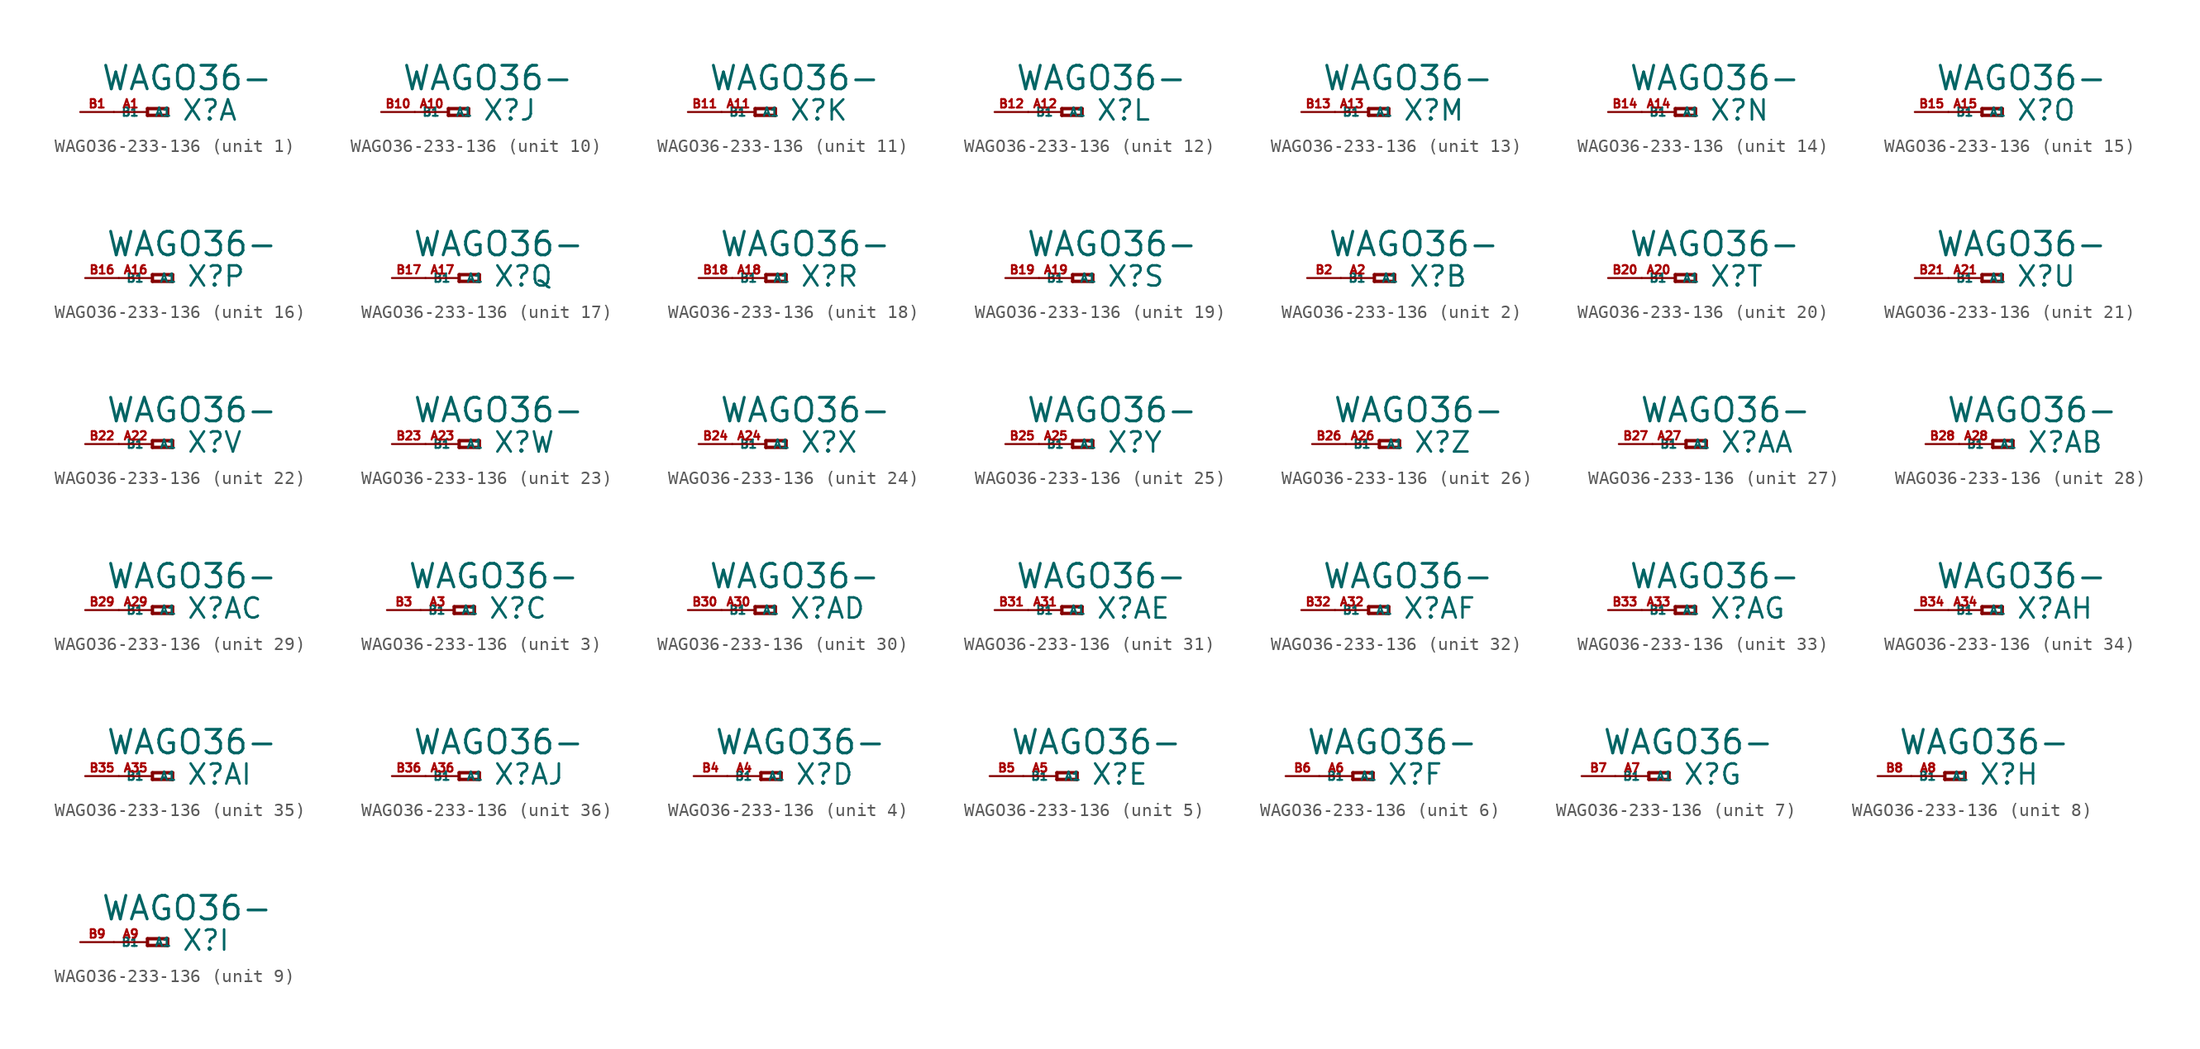
<source format=kicad_sym>
(kicad_symbol_lib
  (version 20220914)
  (generator Eagle2Kicad)
  (symbol "WAGO36-233-136"
    (property "Reference" "X"
      (at 2.54 -0.762 0)
      (effects (font (size 1.524 1.524) (thickness 0.19)) (justify left bottom)))
    (property "Value" "WAGO36-"
      (at -3.556 1.524 0)
      (effects (font (size 1.778 1.778) (thickness 0.22)) (justify left bottom)))
    (symbol "WAGO36-233-136_1_0"
      (polyline (pts (xy 0 0.254) (xy 0 -0.254)) (stroke (width 0.254) (type default)) (fill (type none)))
      (polyline (pts (xy 0 -0.254) (xy 1.524 -0.254)) (stroke (width 0.254) (type default)) (fill (type none)))
      (polyline (pts (xy 1.524 -0.254) (xy 1.524 0.254)) (stroke (width 0.254) (type default)) (fill (type none)))
      (polyline (pts (xy 1.524 0.254) (xy 0 0.254)) (stroke (width 0.254) (type default)) (fill (type none)))
      (pin passive line (at -2.54 0 0) (length 2.54) (name "A1" (effects (font (size 0.635 0.635) (thickness 0.08)) (justify left bottom))) (number "A1" (effects (font (size 0.635 0.635) (thickness 0.08)) (justify left bottom))))
      (pin passive line (at -5.08 0 0) (length 2.54) (name "B1" (effects (font (size 0.635 0.635) (thickness 0.08)) (justify left bottom))) (number "B1" (effects (font (size 0.635 0.635) (thickness 0.08)) (justify left bottom)))))
    (symbol "WAGO36-233-136_2_0"
      (polyline (pts (xy 0 0.254) (xy 0 -0.254)) (stroke (width 0.254) (type default)) (fill (type none)))
      (polyline (pts (xy 0 -0.254) (xy 1.524 -0.254)) (stroke (width 0.254) (type default)) (fill (type none)))
      (polyline (pts (xy 1.524 -0.254) (xy 1.524 0.254)) (stroke (width 0.254) (type default)) (fill (type none)))
      (polyline (pts (xy 1.524 0.254) (xy 0 0.254)) (stroke (width 0.254) (type default)) (fill (type none)))
      (pin passive line (at -2.54 0 0) (length 2.54) (name "A1" (effects (font (size 0.635 0.635) (thickness 0.08)) (justify left bottom))) (number "A2" (effects (font (size 0.635 0.635) (thickness 0.08)) (justify left bottom))))
      (pin passive line (at -5.08 0 0) (length 2.54) (name "B1" (effects (font (size 0.635 0.635) (thickness 0.08)) (justify left bottom))) (number "B2" (effects (font (size 0.635 0.635) (thickness 0.08)) (justify left bottom)))))
    (symbol "WAGO36-233-136_3_0"
      (polyline (pts (xy 0 0.254) (xy 0 -0.254)) (stroke (width 0.254) (type default)) (fill (type none)))
      (polyline (pts (xy 0 -0.254) (xy 1.524 -0.254)) (stroke (width 0.254) (type default)) (fill (type none)))
      (polyline (pts (xy 1.524 -0.254) (xy 1.524 0.254)) (stroke (width 0.254) (type default)) (fill (type none)))
      (polyline (pts (xy 1.524 0.254) (xy 0 0.254)) (stroke (width 0.254) (type default)) (fill (type none)))
      (pin passive line (at -2.54 0 0) (length 2.54) (name "A1" (effects (font (size 0.635 0.635) (thickness 0.08)) (justify left bottom))) (number "A3" (effects (font (size 0.635 0.635) (thickness 0.08)) (justify left bottom))))
      (pin passive line (at -5.08 0 0) (length 2.54) (name "B1" (effects (font (size 0.635 0.635) (thickness 0.08)) (justify left bottom))) (number "B3" (effects (font (size 0.635 0.635) (thickness 0.08)) (justify left bottom)))))
    (symbol "WAGO36-233-136_4_0"
      (polyline (pts (xy 0 0.254) (xy 0 -0.254)) (stroke (width 0.254) (type default)) (fill (type none)))
      (polyline (pts (xy 0 -0.254) (xy 1.524 -0.254)) (stroke (width 0.254) (type default)) (fill (type none)))
      (polyline (pts (xy 1.524 -0.254) (xy 1.524 0.254)) (stroke (width 0.254) (type default)) (fill (type none)))
      (polyline (pts (xy 1.524 0.254) (xy 0 0.254)) (stroke (width 0.254) (type default)) (fill (type none)))
      (pin passive line (at -2.54 0 0) (length 2.54) (name "A1" (effects (font (size 0.635 0.635) (thickness 0.08)) (justify left bottom))) (number "A4" (effects (font (size 0.635 0.635) (thickness 0.08)) (justify left bottom))))
      (pin passive line (at -5.08 0 0) (length 2.54) (name "B1" (effects (font (size 0.635 0.635) (thickness 0.08)) (justify left bottom))) (number "B4" (effects (font (size 0.635 0.635) (thickness 0.08)) (justify left bottom)))))
    (symbol "WAGO36-233-136_5_0"
      (polyline (pts (xy 0 0.254) (xy 0 -0.254)) (stroke (width 0.254) (type default)) (fill (type none)))
      (polyline (pts (xy 0 -0.254) (xy 1.524 -0.254)) (stroke (width 0.254) (type default)) (fill (type none)))
      (polyline (pts (xy 1.524 -0.254) (xy 1.524 0.254)) (stroke (width 0.254) (type default)) (fill (type none)))
      (polyline (pts (xy 1.524 0.254) (xy 0 0.254)) (stroke (width 0.254) (type default)) (fill (type none)))
      (pin passive line (at -2.54 0 0) (length 2.54) (name "A1" (effects (font (size 0.635 0.635) (thickness 0.08)) (justify left bottom))) (number "A5" (effects (font (size 0.635 0.635) (thickness 0.08)) (justify left bottom))))
      (pin passive line (at -5.08 0 0) (length 2.54) (name "B1" (effects (font (size 0.635 0.635) (thickness 0.08)) (justify left bottom))) (number "B5" (effects (font (size 0.635 0.635) (thickness 0.08)) (justify left bottom)))))
    (symbol "WAGO36-233-136_6_0"
      (polyline (pts (xy 0 0.254) (xy 0 -0.254)) (stroke (width 0.254) (type default)) (fill (type none)))
      (polyline (pts (xy 0 -0.254) (xy 1.524 -0.254)) (stroke (width 0.254) (type default)) (fill (type none)))
      (polyline (pts (xy 1.524 -0.254) (xy 1.524 0.254)) (stroke (width 0.254) (type default)) (fill (type none)))
      (polyline (pts (xy 1.524 0.254) (xy 0 0.254)) (stroke (width 0.254) (type default)) (fill (type none)))
      (pin passive line (at -2.54 0 0) (length 2.54) (name "A1" (effects (font (size 0.635 0.635) (thickness 0.08)) (justify left bottom))) (number "A6" (effects (font (size 0.635 0.635) (thickness 0.08)) (justify left bottom))))
      (pin passive line (at -5.08 0 0) (length 2.54) (name "B1" (effects (font (size 0.635 0.635) (thickness 0.08)) (justify left bottom))) (number "B6" (effects (font (size 0.635 0.635) (thickness 0.08)) (justify left bottom)))))
    (symbol "WAGO36-233-136_7_0"
      (polyline (pts (xy 0 0.254) (xy 0 -0.254)) (stroke (width 0.254) (type default)) (fill (type none)))
      (polyline (pts (xy 0 -0.254) (xy 1.524 -0.254)) (stroke (width 0.254) (type default)) (fill (type none)))
      (polyline (pts (xy 1.524 -0.254) (xy 1.524 0.254)) (stroke (width 0.254) (type default)) (fill (type none)))
      (polyline (pts (xy 1.524 0.254) (xy 0 0.254)) (stroke (width 0.254) (type default)) (fill (type none)))
      (pin passive line (at -2.54 0 0) (length 2.54) (name "A1" (effects (font (size 0.635 0.635) (thickness 0.08)) (justify left bottom))) (number "A7" (effects (font (size 0.635 0.635) (thickness 0.08)) (justify left bottom))))
      (pin passive line (at -5.08 0 0) (length 2.54) (name "B1" (effects (font (size 0.635 0.635) (thickness 0.08)) (justify left bottom))) (number "B7" (effects (font (size 0.635 0.635) (thickness 0.08)) (justify left bottom)))))
    (symbol "WAGO36-233-136_8_0"
      (polyline (pts (xy 0 0.254) (xy 0 -0.254)) (stroke (width 0.254) (type default)) (fill (type none)))
      (polyline (pts (xy 0 -0.254) (xy 1.524 -0.254)) (stroke (width 0.254) (type default)) (fill (type none)))
      (polyline (pts (xy 1.524 -0.254) (xy 1.524 0.254)) (stroke (width 0.254) (type default)) (fill (type none)))
      (polyline (pts (xy 1.524 0.254) (xy 0 0.254)) (stroke (width 0.254) (type default)) (fill (type none)))
      (pin passive line (at -2.54 0 0) (length 2.54) (name "A1" (effects (font (size 0.635 0.635) (thickness 0.08)) (justify left bottom))) (number "A8" (effects (font (size 0.635 0.635) (thickness 0.08)) (justify left bottom))))
      (pin passive line (at -5.08 0 0) (length 2.54) (name "B1" (effects (font (size 0.635 0.635) (thickness 0.08)) (justify left bottom))) (number "B8" (effects (font (size 0.635 0.635) (thickness 0.08)) (justify left bottom)))))
    (symbol "WAGO36-233-136_9_0"
      (polyline (pts (xy 0 0.254) (xy 0 -0.254)) (stroke (width 0.254) (type default)) (fill (type none)))
      (polyline (pts (xy 0 -0.254) (xy 1.524 -0.254)) (stroke (width 0.254) (type default)) (fill (type none)))
      (polyline (pts (xy 1.524 -0.254) (xy 1.524 0.254)) (stroke (width 0.254) (type default)) (fill (type none)))
      (polyline (pts (xy 1.524 0.254) (xy 0 0.254)) (stroke (width 0.254) (type default)) (fill (type none)))
      (pin passive line (at -2.54 0 0) (length 2.54) (name "A1" (effects (font (size 0.635 0.635) (thickness 0.08)) (justify left bottom))) (number "A9" (effects (font (size 0.635 0.635) (thickness 0.08)) (justify left bottom))))
      (pin passive line (at -5.08 0 0) (length 2.54) (name "B1" (effects (font (size 0.635 0.635) (thickness 0.08)) (justify left bottom))) (number "B9" (effects (font (size 0.635 0.635) (thickness 0.08)) (justify left bottom)))))
    (symbol "WAGO36-233-136_10_0"
      (polyline (pts (xy 0 0.254) (xy 0 -0.254)) (stroke (width 0.254) (type default)) (fill (type none)))
      (polyline (pts (xy 0 -0.254) (xy 1.524 -0.254)) (stroke (width 0.254) (type default)) (fill (type none)))
      (polyline (pts (xy 1.524 -0.254) (xy 1.524 0.254)) (stroke (width 0.254) (type default)) (fill (type none)))
      (polyline (pts (xy 1.524 0.254) (xy 0 0.254)) (stroke (width 0.254) (type default)) (fill (type none)))
      (pin passive line (at -2.54 0 0) (length 2.54) (name "A1" (effects (font (size 0.635 0.635) (thickness 0.08)) (justify left bottom))) (number "A10" (effects (font (size 0.635 0.635) (thickness 0.08)) (justify left bottom))))
      (pin passive line (at -5.08 0 0) (length 2.54) (name "B1" (effects (font (size 0.635 0.635) (thickness 0.08)) (justify left bottom))) (number "B10" (effects (font (size 0.635 0.635) (thickness 0.08)) (justify left bottom)))))
    (symbol "WAGO36-233-136_11_0"
      (polyline (pts (xy 0 0.254) (xy 0 -0.254)) (stroke (width 0.254) (type default)) (fill (type none)))
      (polyline (pts (xy 0 -0.254) (xy 1.524 -0.254)) (stroke (width 0.254) (type default)) (fill (type none)))
      (polyline (pts (xy 1.524 -0.254) (xy 1.524 0.254)) (stroke (width 0.254) (type default)) (fill (type none)))
      (polyline (pts (xy 1.524 0.254) (xy 0 0.254)) (stroke (width 0.254) (type default)) (fill (type none)))
      (pin passive line (at -2.54 0 0) (length 2.54) (name "A1" (effects (font (size 0.635 0.635) (thickness 0.08)) (justify left bottom))) (number "A11" (effects (font (size 0.635 0.635) (thickness 0.08)) (justify left bottom))))
      (pin passive line (at -5.08 0 0) (length 2.54) (name "B1" (effects (font (size 0.635 0.635) (thickness 0.08)) (justify left bottom))) (number "B11" (effects (font (size 0.635 0.635) (thickness 0.08)) (justify left bottom)))))
    (symbol "WAGO36-233-136_12_0"
      (polyline (pts (xy 0 0.254) (xy 0 -0.254)) (stroke (width 0.254) (type default)) (fill (type none)))
      (polyline (pts (xy 0 -0.254) (xy 1.524 -0.254)) (stroke (width 0.254) (type default)) (fill (type none)))
      (polyline (pts (xy 1.524 -0.254) (xy 1.524 0.254)) (stroke (width 0.254) (type default)) (fill (type none)))
      (polyline (pts (xy 1.524 0.254) (xy 0 0.254)) (stroke (width 0.254) (type default)) (fill (type none)))
      (pin passive line (at -2.54 0 0) (length 2.54) (name "A1" (effects (font (size 0.635 0.635) (thickness 0.08)) (justify left bottom))) (number "A12" (effects (font (size 0.635 0.635) (thickness 0.08)) (justify left bottom))))
      (pin passive line (at -5.08 0 0) (length 2.54) (name "B1" (effects (font (size 0.635 0.635) (thickness 0.08)) (justify left bottom))) (number "B12" (effects (font (size 0.635 0.635) (thickness 0.08)) (justify left bottom)))))
    (symbol "WAGO36-233-136_13_0"
      (polyline (pts (xy 0 0.254) (xy 0 -0.254)) (stroke (width 0.254) (type default)) (fill (type none)))
      (polyline (pts (xy 0 -0.254) (xy 1.524 -0.254)) (stroke (width 0.254) (type default)) (fill (type none)))
      (polyline (pts (xy 1.524 -0.254) (xy 1.524 0.254)) (stroke (width 0.254) (type default)) (fill (type none)))
      (polyline (pts (xy 1.524 0.254) (xy 0 0.254)) (stroke (width 0.254) (type default)) (fill (type none)))
      (pin passive line (at -2.54 0 0) (length 2.54) (name "A1" (effects (font (size 0.635 0.635) (thickness 0.08)) (justify left bottom))) (number "A13" (effects (font (size 0.635 0.635) (thickness 0.08)) (justify left bottom))))
      (pin passive line (at -5.08 0 0) (length 2.54) (name "B1" (effects (font (size 0.635 0.635) (thickness 0.08)) (justify left bottom))) (number "B13" (effects (font (size 0.635 0.635) (thickness 0.08)) (justify left bottom)))))
    (symbol "WAGO36-233-136_14_0"
      (polyline (pts (xy 0 0.254) (xy 0 -0.254)) (stroke (width 0.254) (type default)) (fill (type none)))
      (polyline (pts (xy 0 -0.254) (xy 1.524 -0.254)) (stroke (width 0.254) (type default)) (fill (type none)))
      (polyline (pts (xy 1.524 -0.254) (xy 1.524 0.254)) (stroke (width 0.254) (type default)) (fill (type none)))
      (polyline (pts (xy 1.524 0.254) (xy 0 0.254)) (stroke (width 0.254) (type default)) (fill (type none)))
      (pin passive line (at -2.54 0 0) (length 2.54) (name "A1" (effects (font (size 0.635 0.635) (thickness 0.08)) (justify left bottom))) (number "A14" (effects (font (size 0.635 0.635) (thickness 0.08)) (justify left bottom))))
      (pin passive line (at -5.08 0 0) (length 2.54) (name "B1" (effects (font (size 0.635 0.635) (thickness 0.08)) (justify left bottom))) (number "B14" (effects (font (size 0.635 0.635) (thickness 0.08)) (justify left bottom)))))
    (symbol "WAGO36-233-136_15_0"
      (polyline (pts (xy 0 0.254) (xy 0 -0.254)) (stroke (width 0.254) (type default)) (fill (type none)))
      (polyline (pts (xy 0 -0.254) (xy 1.524 -0.254)) (stroke (width 0.254) (type default)) (fill (type none)))
      (polyline (pts (xy 1.524 -0.254) (xy 1.524 0.254)) (stroke (width 0.254) (type default)) (fill (type none)))
      (polyline (pts (xy 1.524 0.254) (xy 0 0.254)) (stroke (width 0.254) (type default)) (fill (type none)))
      (pin passive line (at -2.54 0 0) (length 2.54) (name "A1" (effects (font (size 0.635 0.635) (thickness 0.08)) (justify left bottom))) (number "A15" (effects (font (size 0.635 0.635) (thickness 0.08)) (justify left bottom))))
      (pin passive line (at -5.08 0 0) (length 2.54) (name "B1" (effects (font (size 0.635 0.635) (thickness 0.08)) (justify left bottom))) (number "B15" (effects (font (size 0.635 0.635) (thickness 0.08)) (justify left bottom)))))
    (symbol "WAGO36-233-136_16_0"
      (polyline (pts (xy 0 0.254) (xy 0 -0.254)) (stroke (width 0.254) (type default)) (fill (type none)))
      (polyline (pts (xy 0 -0.254) (xy 1.524 -0.254)) (stroke (width 0.254) (type default)) (fill (type none)))
      (polyline (pts (xy 1.524 -0.254) (xy 1.524 0.254)) (stroke (width 0.254) (type default)) (fill (type none)))
      (polyline (pts (xy 1.524 0.254) (xy 0 0.254)) (stroke (width 0.254) (type default)) (fill (type none)))
      (pin passive line (at -2.54 0 0) (length 2.54) (name "A1" (effects (font (size 0.635 0.635) (thickness 0.08)) (justify left bottom))) (number "A16" (effects (font (size 0.635 0.635) (thickness 0.08)) (justify left bottom))))
      (pin passive line (at -5.08 0 0) (length 2.54) (name "B1" (effects (font (size 0.635 0.635) (thickness 0.08)) (justify left bottom))) (number "B16" (effects (font (size 0.635 0.635) (thickness 0.08)) (justify left bottom)))))
    (symbol "WAGO36-233-136_17_0"
      (polyline (pts (xy 0 0.254) (xy 0 -0.254)) (stroke (width 0.254) (type default)) (fill (type none)))
      (polyline (pts (xy 0 -0.254) (xy 1.524 -0.254)) (stroke (width 0.254) (type default)) (fill (type none)))
      (polyline (pts (xy 1.524 -0.254) (xy 1.524 0.254)) (stroke (width 0.254) (type default)) (fill (type none)))
      (polyline (pts (xy 1.524 0.254) (xy 0 0.254)) (stroke (width 0.254) (type default)) (fill (type none)))
      (pin passive line (at -2.54 0 0) (length 2.54) (name "A1" (effects (font (size 0.635 0.635) (thickness 0.08)) (justify left bottom))) (number "A17" (effects (font (size 0.635 0.635) (thickness 0.08)) (justify left bottom))))
      (pin passive line (at -5.08 0 0) (length 2.54) (name "B1" (effects (font (size 0.635 0.635) (thickness 0.08)) (justify left bottom))) (number "B17" (effects (font (size 0.635 0.635) (thickness 0.08)) (justify left bottom)))))
    (symbol "WAGO36-233-136_18_0"
      (polyline (pts (xy 0 0.254) (xy 0 -0.254)) (stroke (width 0.254) (type default)) (fill (type none)))
      (polyline (pts (xy 0 -0.254) (xy 1.524 -0.254)) (stroke (width 0.254) (type default)) (fill (type none)))
      (polyline (pts (xy 1.524 -0.254) (xy 1.524 0.254)) (stroke (width 0.254) (type default)) (fill (type none)))
      (polyline (pts (xy 1.524 0.254) (xy 0 0.254)) (stroke (width 0.254) (type default)) (fill (type none)))
      (pin passive line (at -2.54 0 0) (length 2.54) (name "A1" (effects (font (size 0.635 0.635) (thickness 0.08)) (justify left bottom))) (number "A18" (effects (font (size 0.635 0.635) (thickness 0.08)) (justify left bottom))))
      (pin passive line (at -5.08 0 0) (length 2.54) (name "B1" (effects (font (size 0.635 0.635) (thickness 0.08)) (justify left bottom))) (number "B18" (effects (font (size 0.635 0.635) (thickness 0.08)) (justify left bottom)))))
    (symbol "WAGO36-233-136_19_0"
      (polyline (pts (xy 0 0.254) (xy 0 -0.254)) (stroke (width 0.254) (type default)) (fill (type none)))
      (polyline (pts (xy 0 -0.254) (xy 1.524 -0.254)) (stroke (width 0.254) (type default)) (fill (type none)))
      (polyline (pts (xy 1.524 -0.254) (xy 1.524 0.254)) (stroke (width 0.254) (type default)) (fill (type none)))
      (polyline (pts (xy 1.524 0.254) (xy 0 0.254)) (stroke (width 0.254) (type default)) (fill (type none)))
      (pin passive line (at -2.54 0 0) (length 2.54) (name "A1" (effects (font (size 0.635 0.635) (thickness 0.08)) (justify left bottom))) (number "A19" (effects (font (size 0.635 0.635) (thickness 0.08)) (justify left bottom))))
      (pin passive line (at -5.08 0 0) (length 2.54) (name "B1" (effects (font (size 0.635 0.635) (thickness 0.08)) (justify left bottom))) (number "B19" (effects (font (size 0.635 0.635) (thickness 0.08)) (justify left bottom)))))
    (symbol "WAGO36-233-136_20_0"
      (polyline (pts (xy 0 0.254) (xy 0 -0.254)) (stroke (width 0.254) (type default)) (fill (type none)))
      (polyline (pts (xy 0 -0.254) (xy 1.524 -0.254)) (stroke (width 0.254) (type default)) (fill (type none)))
      (polyline (pts (xy 1.524 -0.254) (xy 1.524 0.254)) (stroke (width 0.254) (type default)) (fill (type none)))
      (polyline (pts (xy 1.524 0.254) (xy 0 0.254)) (stroke (width 0.254) (type default)) (fill (type none)))
      (pin passive line (at -2.54 0 0) (length 2.54) (name "A1" (effects (font (size 0.635 0.635) (thickness 0.08)) (justify left bottom))) (number "A20" (effects (font (size 0.635 0.635) (thickness 0.08)) (justify left bottom))))
      (pin passive line (at -5.08 0 0) (length 2.54) (name "B1" (effects (font (size 0.635 0.635) (thickness 0.08)) (justify left bottom))) (number "B20" (effects (font (size 0.635 0.635) (thickness 0.08)) (justify left bottom)))))
    (symbol "WAGO36-233-136_21_0"
      (polyline (pts (xy 0 0.254) (xy 0 -0.254)) (stroke (width 0.254) (type default)) (fill (type none)))
      (polyline (pts (xy 0 -0.254) (xy 1.524 -0.254)) (stroke (width 0.254) (type default)) (fill (type none)))
      (polyline (pts (xy 1.524 -0.254) (xy 1.524 0.254)) (stroke (width 0.254) (type default)) (fill (type none)))
      (polyline (pts (xy 1.524 0.254) (xy 0 0.254)) (stroke (width 0.254) (type default)) (fill (type none)))
      (pin passive line (at -2.54 0 0) (length 2.54) (name "A1" (effects (font (size 0.635 0.635) (thickness 0.08)) (justify left bottom))) (number "A21" (effects (font (size 0.635 0.635) (thickness 0.08)) (justify left bottom))))
      (pin passive line (at -5.08 0 0) (length 2.54) (name "B1" (effects (font (size 0.635 0.635) (thickness 0.08)) (justify left bottom))) (number "B21" (effects (font (size 0.635 0.635) (thickness 0.08)) (justify left bottom)))))
    (symbol "WAGO36-233-136_22_0"
      (polyline (pts (xy 0 0.254) (xy 0 -0.254)) (stroke (width 0.254) (type default)) (fill (type none)))
      (polyline (pts (xy 0 -0.254) (xy 1.524 -0.254)) (stroke (width 0.254) (type default)) (fill (type none)))
      (polyline (pts (xy 1.524 -0.254) (xy 1.524 0.254)) (stroke (width 0.254) (type default)) (fill (type none)))
      (polyline (pts (xy 1.524 0.254) (xy 0 0.254)) (stroke (width 0.254) (type default)) (fill (type none)))
      (pin passive line (at -2.54 0 0) (length 2.54) (name "A1" (effects (font (size 0.635 0.635) (thickness 0.08)) (justify left bottom))) (number "A22" (effects (font (size 0.635 0.635) (thickness 0.08)) (justify left bottom))))
      (pin passive line (at -5.08 0 0) (length 2.54) (name "B1" (effects (font (size 0.635 0.635) (thickness 0.08)) (justify left bottom))) (number "B22" (effects (font (size 0.635 0.635) (thickness 0.08)) (justify left bottom)))))
    (symbol "WAGO36-233-136_23_0"
      (polyline (pts (xy 0 0.254) (xy 0 -0.254)) (stroke (width 0.254) (type default)) (fill (type none)))
      (polyline (pts (xy 0 -0.254) (xy 1.524 -0.254)) (stroke (width 0.254) (type default)) (fill (type none)))
      (polyline (pts (xy 1.524 -0.254) (xy 1.524 0.254)) (stroke (width 0.254) (type default)) (fill (type none)))
      (polyline (pts (xy 1.524 0.254) (xy 0 0.254)) (stroke (width 0.254) (type default)) (fill (type none)))
      (pin passive line (at -2.54 0 0) (length 2.54) (name "A1" (effects (font (size 0.635 0.635) (thickness 0.08)) (justify left bottom))) (number "A23" (effects (font (size 0.635 0.635) (thickness 0.08)) (justify left bottom))))
      (pin passive line (at -5.08 0 0) (length 2.54) (name "B1" (effects (font (size 0.635 0.635) (thickness 0.08)) (justify left bottom))) (number "B23" (effects (font (size 0.635 0.635) (thickness 0.08)) (justify left bottom)))))
    (symbol "WAGO36-233-136_24_0"
      (polyline (pts (xy 0 0.254) (xy 0 -0.254)) (stroke (width 0.254) (type default)) (fill (type none)))
      (polyline (pts (xy 0 -0.254) (xy 1.524 -0.254)) (stroke (width 0.254) (type default)) (fill (type none)))
      (polyline (pts (xy 1.524 -0.254) (xy 1.524 0.254)) (stroke (width 0.254) (type default)) (fill (type none)))
      (polyline (pts (xy 1.524 0.254) (xy 0 0.254)) (stroke (width 0.254) (type default)) (fill (type none)))
      (pin passive line (at -2.54 0 0) (length 2.54) (name "A1" (effects (font (size 0.635 0.635) (thickness 0.08)) (justify left bottom))) (number "A24" (effects (font (size 0.635 0.635) (thickness 0.08)) (justify left bottom))))
      (pin passive line (at -5.08 0 0) (length 2.54) (name "B1" (effects (font (size 0.635 0.635) (thickness 0.08)) (justify left bottom))) (number "B24" (effects (font (size 0.635 0.635) (thickness 0.08)) (justify left bottom)))))
    (symbol "WAGO36-233-136_25_0"
      (polyline (pts (xy 0 0.254) (xy 0 -0.254)) (stroke (width 0.254) (type default)) (fill (type none)))
      (polyline (pts (xy 0 -0.254) (xy 1.524 -0.254)) (stroke (width 0.254) (type default)) (fill (type none)))
      (polyline (pts (xy 1.524 -0.254) (xy 1.524 0.254)) (stroke (width 0.254) (type default)) (fill (type none)))
      (polyline (pts (xy 1.524 0.254) (xy 0 0.254)) (stroke (width 0.254) (type default)) (fill (type none)))
      (pin passive line (at -2.54 0 0) (length 2.54) (name "A1" (effects (font (size 0.635 0.635) (thickness 0.08)) (justify left bottom))) (number "A25" (effects (font (size 0.635 0.635) (thickness 0.08)) (justify left bottom))))
      (pin passive line (at -5.08 0 0) (length 2.54) (name "B1" (effects (font (size 0.635 0.635) (thickness 0.08)) (justify left bottom))) (number "B25" (effects (font (size 0.635 0.635) (thickness 0.08)) (justify left bottom)))))
    (symbol "WAGO36-233-136_26_0"
      (polyline (pts (xy 0 0.254) (xy 0 -0.254)) (stroke (width 0.254) (type default)) (fill (type none)))
      (polyline (pts (xy 0 -0.254) (xy 1.524 -0.254)) (stroke (width 0.254) (type default)) (fill (type none)))
      (polyline (pts (xy 1.524 -0.254) (xy 1.524 0.254)) (stroke (width 0.254) (type default)) (fill (type none)))
      (polyline (pts (xy 1.524 0.254) (xy 0 0.254)) (stroke (width 0.254) (type default)) (fill (type none)))
      (pin passive line (at -2.54 0 0) (length 2.54) (name "A1" (effects (font (size 0.635 0.635) (thickness 0.08)) (justify left bottom))) (number "A26" (effects (font (size 0.635 0.635) (thickness 0.08)) (justify left bottom))))
      (pin passive line (at -5.08 0 0) (length 2.54) (name "B1" (effects (font (size 0.635 0.635) (thickness 0.08)) (justify left bottom))) (number "B26" (effects (font (size 0.635 0.635) (thickness 0.08)) (justify left bottom)))))
    (symbol "WAGO36-233-136_27_0"
      (polyline (pts (xy 0 0.254) (xy 0 -0.254)) (stroke (width 0.254) (type default)) (fill (type none)))
      (polyline (pts (xy 0 -0.254) (xy 1.524 -0.254)) (stroke (width 0.254) (type default)) (fill (type none)))
      (polyline (pts (xy 1.524 -0.254) (xy 1.524 0.254)) (stroke (width 0.254) (type default)) (fill (type none)))
      (polyline (pts (xy 1.524 0.254) (xy 0 0.254)) (stroke (width 0.254) (type default)) (fill (type none)))
      (pin passive line (at -2.54 0 0) (length 2.54) (name "A1" (effects (font (size 0.635 0.635) (thickness 0.08)) (justify left bottom))) (number "A27" (effects (font (size 0.635 0.635) (thickness 0.08)) (justify left bottom))))
      (pin passive line (at -5.08 0 0) (length 2.54) (name "B1" (effects (font (size 0.635 0.635) (thickness 0.08)) (justify left bottom))) (number "B27" (effects (font (size 0.635 0.635) (thickness 0.08)) (justify left bottom)))))
    (symbol "WAGO36-233-136_28_0"
      (polyline (pts (xy 0 0.254) (xy 0 -0.254)) (stroke (width 0.254) (type default)) (fill (type none)))
      (polyline (pts (xy 0 -0.254) (xy 1.524 -0.254)) (stroke (width 0.254) (type default)) (fill (type none)))
      (polyline (pts (xy 1.524 -0.254) (xy 1.524 0.254)) (stroke (width 0.254) (type default)) (fill (type none)))
      (polyline (pts (xy 1.524 0.254) (xy 0 0.254)) (stroke (width 0.254) (type default)) (fill (type none)))
      (pin passive line (at -2.54 0 0) (length 2.54) (name "A1" (effects (font (size 0.635 0.635) (thickness 0.08)) (justify left bottom))) (number "A28" (effects (font (size 0.635 0.635) (thickness 0.08)) (justify left bottom))))
      (pin passive line (at -5.08 0 0) (length 2.54) (name "B1" (effects (font (size 0.635 0.635) (thickness 0.08)) (justify left bottom))) (number "B28" (effects (font (size 0.635 0.635) (thickness 0.08)) (justify left bottom)))))
    (symbol "WAGO36-233-136_29_0"
      (polyline (pts (xy 0 0.254) (xy 0 -0.254)) (stroke (width 0.254) (type default)) (fill (type none)))
      (polyline (pts (xy 0 -0.254) (xy 1.524 -0.254)) (stroke (width 0.254) (type default)) (fill (type none)))
      (polyline (pts (xy 1.524 -0.254) (xy 1.524 0.254)) (stroke (width 0.254) (type default)) (fill (type none)))
      (polyline (pts (xy 1.524 0.254) (xy 0 0.254)) (stroke (width 0.254) (type default)) (fill (type none)))
      (pin passive line (at -2.54 0 0) (length 2.54) (name "A1" (effects (font (size 0.635 0.635) (thickness 0.08)) (justify left bottom))) (number "A29" (effects (font (size 0.635 0.635) (thickness 0.08)) (justify left bottom))))
      (pin passive line (at -5.08 0 0) (length 2.54) (name "B1" (effects (font (size 0.635 0.635) (thickness 0.08)) (justify left bottom))) (number "B29" (effects (font (size 0.635 0.635) (thickness 0.08)) (justify left bottom)))))
    (symbol "WAGO36-233-136_30_0"
      (polyline (pts (xy 0 0.254) (xy 0 -0.254)) (stroke (width 0.254) (type default)) (fill (type none)))
      (polyline (pts (xy 0 -0.254) (xy 1.524 -0.254)) (stroke (width 0.254) (type default)) (fill (type none)))
      (polyline (pts (xy 1.524 -0.254) (xy 1.524 0.254)) (stroke (width 0.254) (type default)) (fill (type none)))
      (polyline (pts (xy 1.524 0.254) (xy 0 0.254)) (stroke (width 0.254) (type default)) (fill (type none)))
      (pin passive line (at -2.54 0 0) (length 2.54) (name "A1" (effects (font (size 0.635 0.635) (thickness 0.08)) (justify left bottom))) (number "A30" (effects (font (size 0.635 0.635) (thickness 0.08)) (justify left bottom))))
      (pin passive line (at -5.08 0 0) (length 2.54) (name "B1" (effects (font (size 0.635 0.635) (thickness 0.08)) (justify left bottom))) (number "B30" (effects (font (size 0.635 0.635) (thickness 0.08)) (justify left bottom)))))
    (symbol "WAGO36-233-136_31_0"
      (polyline (pts (xy 0 0.254) (xy 0 -0.254)) (stroke (width 0.254) (type default)) (fill (type none)))
      (polyline (pts (xy 0 -0.254) (xy 1.524 -0.254)) (stroke (width 0.254) (type default)) (fill (type none)))
      (polyline (pts (xy 1.524 -0.254) (xy 1.524 0.254)) (stroke (width 0.254) (type default)) (fill (type none)))
      (polyline (pts (xy 1.524 0.254) (xy 0 0.254)) (stroke (width 0.254) (type default)) (fill (type none)))
      (pin passive line (at -2.54 0 0) (length 2.54) (name "A1" (effects (font (size 0.635 0.635) (thickness 0.08)) (justify left bottom))) (number "A31" (effects (font (size 0.635 0.635) (thickness 0.08)) (justify left bottom))))
      (pin passive line (at -5.08 0 0) (length 2.54) (name "B1" (effects (font (size 0.635 0.635) (thickness 0.08)) (justify left bottom))) (number "B31" (effects (font (size 0.635 0.635) (thickness 0.08)) (justify left bottom)))))
    (symbol "WAGO36-233-136_32_0"
      (polyline (pts (xy 0 0.254) (xy 0 -0.254)) (stroke (width 0.254) (type default)) (fill (type none)))
      (polyline (pts (xy 0 -0.254) (xy 1.524 -0.254)) (stroke (width 0.254) (type default)) (fill (type none)))
      (polyline (pts (xy 1.524 -0.254) (xy 1.524 0.254)) (stroke (width 0.254) (type default)) (fill (type none)))
      (polyline (pts (xy 1.524 0.254) (xy 0 0.254)) (stroke (width 0.254) (type default)) (fill (type none)))
      (pin passive line (at -2.54 0 0) (length 2.54) (name "A1" (effects (font (size 0.635 0.635) (thickness 0.08)) (justify left bottom))) (number "A32" (effects (font (size 0.635 0.635) (thickness 0.08)) (justify left bottom))))
      (pin passive line (at -5.08 0 0) (length 2.54) (name "B1" (effects (font (size 0.635 0.635) (thickness 0.08)) (justify left bottom))) (number "B32" (effects (font (size 0.635 0.635) (thickness 0.08)) (justify left bottom)))))
    (symbol "WAGO36-233-136_33_0"
      (polyline (pts (xy 0 0.254) (xy 0 -0.254)) (stroke (width 0.254) (type default)) (fill (type none)))
      (polyline (pts (xy 0 -0.254) (xy 1.524 -0.254)) (stroke (width 0.254) (type default)) (fill (type none)))
      (polyline (pts (xy 1.524 -0.254) (xy 1.524 0.254)) (stroke (width 0.254) (type default)) (fill (type none)))
      (polyline (pts (xy 1.524 0.254) (xy 0 0.254)) (stroke (width 0.254) (type default)) (fill (type none)))
      (pin passive line (at -2.54 0 0) (length 2.54) (name "A1" (effects (font (size 0.635 0.635) (thickness 0.08)) (justify left bottom))) (number "A33" (effects (font (size 0.635 0.635) (thickness 0.08)) (justify left bottom))))
      (pin passive line (at -5.08 0 0) (length 2.54) (name "B1" (effects (font (size 0.635 0.635) (thickness 0.08)) (justify left bottom))) (number "B33" (effects (font (size 0.635 0.635) (thickness 0.08)) (justify left bottom)))))
    (symbol "WAGO36-233-136_34_0"
      (polyline (pts (xy 0 0.254) (xy 0 -0.254)) (stroke (width 0.254) (type default)) (fill (type none)))
      (polyline (pts (xy 0 -0.254) (xy 1.524 -0.254)) (stroke (width 0.254) (type default)) (fill (type none)))
      (polyline (pts (xy 1.524 -0.254) (xy 1.524 0.254)) (stroke (width 0.254) (type default)) (fill (type none)))
      (polyline (pts (xy 1.524 0.254) (xy 0 0.254)) (stroke (width 0.254) (type default)) (fill (type none)))
      (pin passive line (at -2.54 0 0) (length 2.54) (name "A1" (effects (font (size 0.635 0.635) (thickness 0.08)) (justify left bottom))) (number "A34" (effects (font (size 0.635 0.635) (thickness 0.08)) (justify left bottom))))
      (pin passive line (at -5.08 0 0) (length 2.54) (name "B1" (effects (font (size 0.635 0.635) (thickness 0.08)) (justify left bottom))) (number "B34" (effects (font (size 0.635 0.635) (thickness 0.08)) (justify left bottom)))))
    (symbol "WAGO36-233-136_35_0"
      (polyline (pts (xy 0 0.254) (xy 0 -0.254)) (stroke (width 0.254) (type default)) (fill (type none)))
      (polyline (pts (xy 0 -0.254) (xy 1.524 -0.254)) (stroke (width 0.254) (type default)) (fill (type none)))
      (polyline (pts (xy 1.524 -0.254) (xy 1.524 0.254)) (stroke (width 0.254) (type default)) (fill (type none)))
      (polyline (pts (xy 1.524 0.254) (xy 0 0.254)) (stroke (width 0.254) (type default)) (fill (type none)))
      (pin passive line (at -2.54 0 0) (length 2.54) (name "A1" (effects (font (size 0.635 0.635) (thickness 0.08)) (justify left bottom))) (number "A35" (effects (font (size 0.635 0.635) (thickness 0.08)) (justify left bottom))))
      (pin passive line (at -5.08 0 0) (length 2.54) (name "B1" (effects (font (size 0.635 0.635) (thickness 0.08)) (justify left bottom))) (number "B35" (effects (font (size 0.635 0.635) (thickness 0.08)) (justify left bottom)))))
    (symbol "WAGO36-233-136_36_0"
      (polyline (pts (xy 0 0.254) (xy 0 -0.254)) (stroke (width 0.254) (type default)) (fill (type none)))
      (polyline (pts (xy 0 -0.254) (xy 1.524 -0.254)) (stroke (width 0.254) (type default)) (fill (type none)))
      (polyline (pts (xy 1.524 -0.254) (xy 1.524 0.254)) (stroke (width 0.254) (type default)) (fill (type none)))
      (polyline (pts (xy 1.524 0.254) (xy 0 0.254)) (stroke (width 0.254) (type default)) (fill (type none)))
      (pin passive line (at -2.54 0 0) (length 2.54) (name "A1" (effects (font (size 0.635 0.635) (thickness 0.08)) (justify left bottom))) (number "A36" (effects (font (size 0.635 0.635) (thickness 0.08)) (justify left bottom))))
      (pin passive line (at -5.08 0 0) (length 2.54) (name "B1" (effects (font (size 0.635 0.635) (thickness 0.08)) (justify left bottom))) (number "B36" (effects (font (size 0.635 0.635) (thickness 0.08)) (justify left bottom)))))))
</source>
